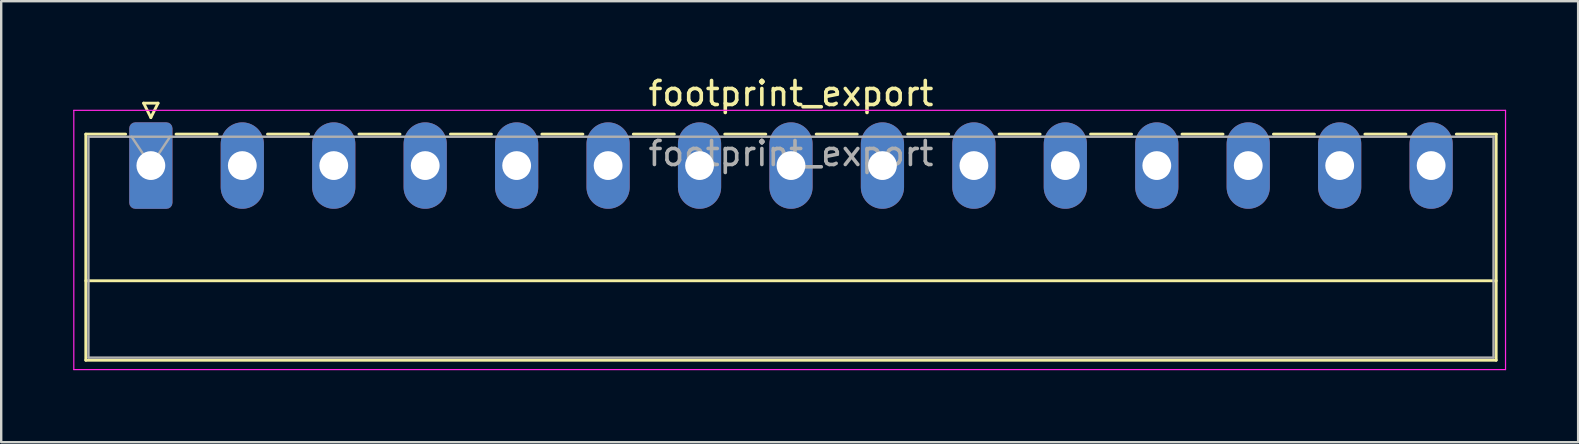
<source format=kicad_pcb>
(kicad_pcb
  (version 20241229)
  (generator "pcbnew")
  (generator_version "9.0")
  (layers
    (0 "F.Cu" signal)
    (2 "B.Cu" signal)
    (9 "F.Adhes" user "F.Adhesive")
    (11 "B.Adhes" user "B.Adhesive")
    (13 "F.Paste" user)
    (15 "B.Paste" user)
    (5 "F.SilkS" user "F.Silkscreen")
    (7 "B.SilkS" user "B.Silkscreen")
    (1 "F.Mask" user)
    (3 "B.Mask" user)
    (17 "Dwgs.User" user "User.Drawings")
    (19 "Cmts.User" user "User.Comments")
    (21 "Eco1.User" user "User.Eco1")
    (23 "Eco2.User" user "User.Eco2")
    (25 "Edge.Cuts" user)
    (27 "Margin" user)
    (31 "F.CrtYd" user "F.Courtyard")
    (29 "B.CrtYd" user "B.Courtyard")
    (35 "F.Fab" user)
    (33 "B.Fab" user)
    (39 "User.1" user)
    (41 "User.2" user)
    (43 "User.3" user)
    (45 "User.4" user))
  (footprint "footprint_export"
    (layer "F.Cu")
    (at 3.235 3.848)
    (property "Reference" "footprint_export" (at 26.67 -3 0) (layer "F.SilkS") (effects (font (size 1 1) (thickness 0.15))))
    (attr through_hole)
    (fp_line (start -2.71 -1.31) (end -2.71 8.11) (stroke (width 0.12) (type solid)) (layer "F.SilkS"))
    (fp_line (start -2.71 -1.31) (end -1.05 -1.31) (stroke (width 0.12) (type solid)) (layer "F.SilkS"))
    (fp_line (start -2.71 4.8) (end 56.05 4.8) (stroke (width 0.12) (type solid)) (layer "F.SilkS"))
    (fp_line (start -2.71 8.11) (end 56.05 8.11) (stroke (width 0.12) (type solid)) (layer "F.SilkS"))
    (fp_line (start -0.3 -2.6) (end 0.3 -2.6) (stroke (width 0.12) (type solid)) (layer "F.SilkS"))
    (fp_line (start 0 -2) (end -0.3 -2.6) (stroke (width 0.12) (type solid)) (layer "F.SilkS"))
    (fp_line (start 0.3 -2.6) (end 0 -2) (stroke (width 0.12) (type solid)) (layer "F.SilkS"))
    (fp_line (start 1.05 -1.31) (end 2.76 -1.31) (stroke (width 0.12) (type solid)) (layer "F.SilkS"))
    (fp_line (start 4.86 -1.31) (end 6.57 -1.31) (stroke (width 0.12) (type solid)) (layer "F.SilkS"))
    (fp_line (start 8.67 -1.31) (end 10.38 -1.31) (stroke (width 0.12) (type solid)) (layer "F.SilkS"))
    (fp_line (start 12.48 -1.31) (end 14.19 -1.31) (stroke (width 0.12) (type solid)) (layer "F.SilkS"))
    (fp_line (start 16.29 -1.31) (end 18 -1.31) (stroke (width 0.12) (type solid)) (layer "F.SilkS"))
    (fp_line (start 20.1 -1.31) (end 21.81 -1.31) (stroke (width 0.12) (type solid)) (layer "F.SilkS"))
    (fp_line (start 23.91 -1.31) (end 25.62 -1.31) (stroke (width 0.12) (type solid)) (layer "F.SilkS"))
    (fp_line (start 27.72 -1.31) (end 29.43 -1.31) (stroke (width 0.12) (type solid)) (layer "F.SilkS"))
    (fp_line (start 31.53 -1.31) (end 33.24 -1.31) (stroke (width 0.12) (type solid)) (layer "F.SilkS"))
    (fp_line (start 35.34 -1.31) (end 37.05 -1.31) (stroke (width 0.12) (type solid)) (layer "F.SilkS"))
    (fp_line (start 39.15 -1.31) (end 40.86 -1.31) (stroke (width 0.12) (type solid)) (layer "F.SilkS"))
    (fp_line (start 42.96 -1.31) (end 44.67 -1.31) (stroke (width 0.12) (type solid)) (layer "F.SilkS"))
    (fp_line (start 46.77 -1.31) (end 48.48 -1.31) (stroke (width 0.12) (type solid)) (layer "F.SilkS"))
    (fp_line (start 50.58 -1.31) (end 52.29 -1.31) (stroke (width 0.12) (type solid)) (layer "F.SilkS"))
    (fp_line (start 56.05 -1.31) (end 54.39 -1.31) (stroke (width 0.12) (type solid)) (layer "F.SilkS"))
    (fp_line (start 56.05 8.11) (end 56.05 -1.31) (stroke (width 0.12) (type solid)) (layer "F.SilkS"))
    (fp_line (start -3.21 -2.3) (end -3.21 8.5) (stroke (width 0.05) (type solid)) (layer "F.CrtYd"))
    (fp_line (start -3.21 8.5) (end 56.44 8.5) (stroke (width 0.05) (type solid)) (layer "F.CrtYd"))
    (fp_line (start 56.44 -2.3) (end -3.21 -2.3) (stroke (width 0.05) (type solid)) (layer "F.CrtYd"))
    (fp_line (start 56.44 8.5) (end 56.44 -2.3) (stroke (width 0.05) (type solid)) (layer "F.CrtYd"))
    (fp_line (start -2.6 -1.2) (end -2.6 8) (stroke (width 0.1) (type solid)) (layer "F.Fab"))
    (fp_line (start -2.6 8) (end 55.94 8) (stroke (width 0.1) (type solid)) (layer "F.Fab"))
    (fp_line (start 0 0) (end -0.8 -1.2) (stroke (width 0.1) (type solid)) (layer "F.Fab"))
    (fp_line (start 0.8 -1.2) (end 0 0) (stroke (width 0.1) (type solid)) (layer "F.Fab"))
    (fp_line (start 55.94 -1.2) (end -2.6 -1.2) (stroke (width 0.1) (type solid)) (layer "F.Fab"))
    (fp_line (start 55.94 8) (end 55.94 -1.2) (stroke (width 0.1) (type solid)) (layer "F.Fab"))
    (fp_text user "${REFERENCE}" (at 26.67 -0.5 0) (layer "F.Fab") (effects (font (size 1 1) (thickness 0.15))))
    (pad "1" thru_hole roundrect (at 0 0) (size 1.8 3.6) (drill 1.2) (layers "*.Cu" "*.Mask") (roundrect_rratio 0.139))
    (pad "2" thru_hole oval (at 3.81 0) (size 1.8 3.6) (drill 1.2) (layers "*.Cu" "*.Mask"))
    (pad "3" thru_hole oval (at 7.62 0) (size 1.8 3.6) (drill 1.2) (layers "*.Cu" "*.Mask"))
    (pad "4" thru_hole oval (at 11.43 0) (size 1.8 3.6) (drill 1.2) (layers "*.Cu" "*.Mask"))
    (pad "5" thru_hole oval (at 15.24 0) (size 1.8 3.6) (drill 1.2) (layers "*.Cu" "*.Mask"))
    (pad "6" thru_hole oval (at 19.05 0) (size 1.8 3.6) (drill 1.2) (layers "*.Cu" "*.Mask"))
    (pad "7" thru_hole oval (at 22.86 0) (size 1.8 3.6) (drill 1.2) (layers "*.Cu" "*.Mask"))
    (pad "8" thru_hole oval (at 26.67 0) (size 1.8 3.6) (drill 1.2) (layers "*.Cu" "*.Mask"))
    (pad "9" thru_hole oval (at 30.48 0) (size 1.8 3.6) (drill 1.2) (layers "*.Cu" "*.Mask"))
    (pad "10" thru_hole oval (at 34.29 0) (size 1.8 3.6) (drill 1.2) (layers "*.Cu" "*.Mask"))
    (pad "11" thru_hole oval (at 38.1 0) (size 1.8 3.6) (drill 1.2) (layers "*.Cu" "*.Mask"))
    (pad "12" thru_hole oval (at 41.91 0) (size 1.8 3.6) (drill 1.2) (layers "*.Cu" "*.Mask"))
    (pad "13" thru_hole oval (at 45.72 0) (size 1.8 3.6) (drill 1.2) (layers "*.Cu" "*.Mask"))
    (pad "14" thru_hole oval (at 49.53 0) (size 1.8 3.6) (drill 1.2) (layers "*.Cu" "*.Mask"))
    (pad "15" thru_hole oval (at 53.34 0) (size 1.8 3.6) (drill 1.2) (layers "*.Cu" "*.Mask")))
  (gr_rect
    (start -3 -3)
    (end 62.7 15.373)
    (stroke (width 0.1) (type default))
    (fill no)
    (layer "Edge.Cuts")))
</source>
